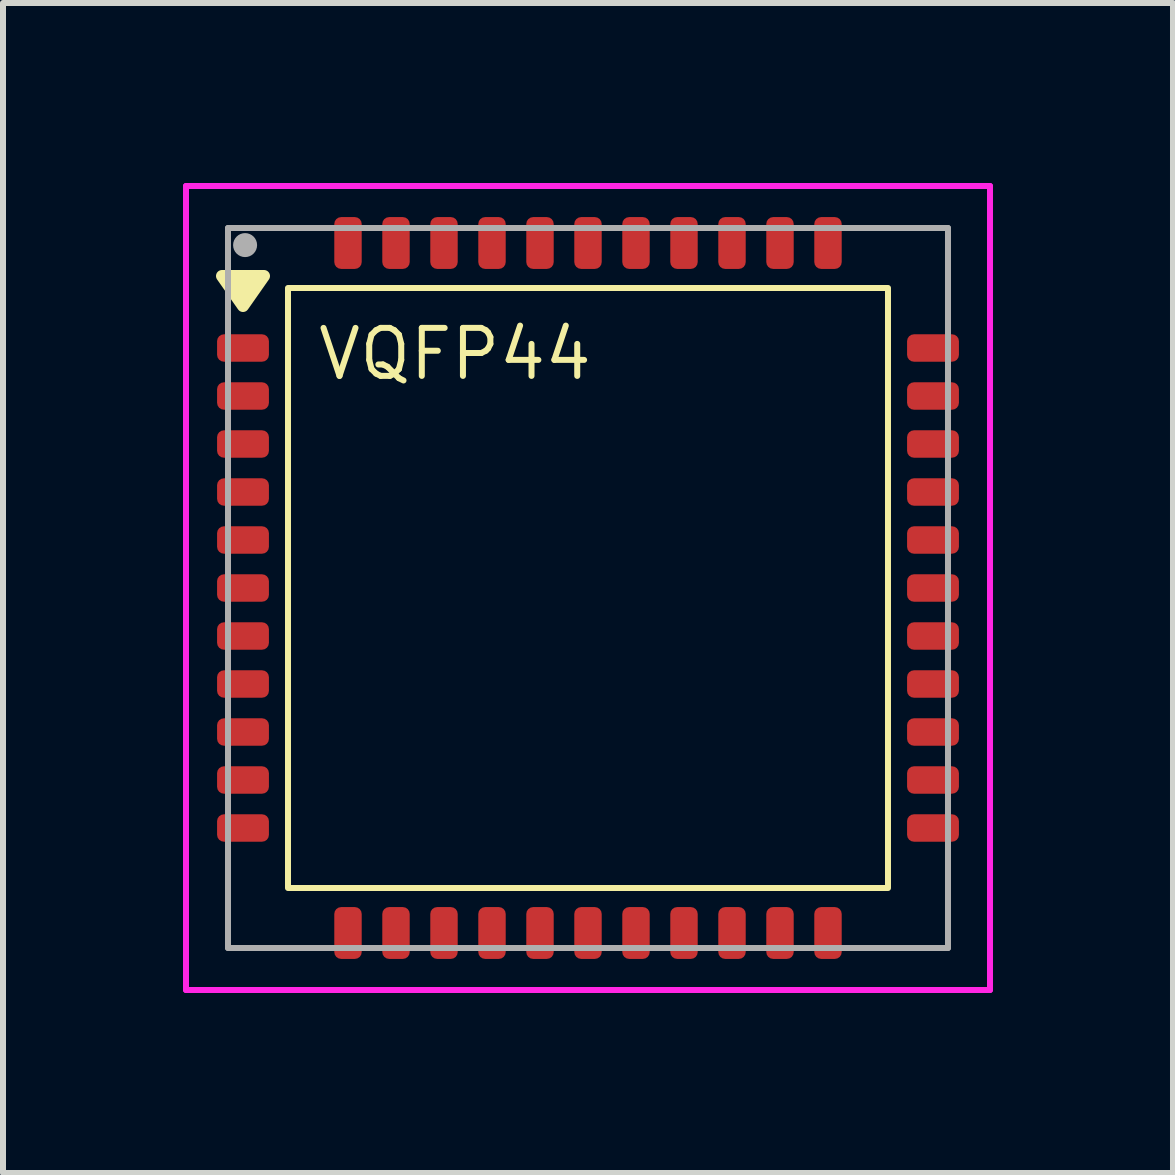
<source format=kicad_pcb>
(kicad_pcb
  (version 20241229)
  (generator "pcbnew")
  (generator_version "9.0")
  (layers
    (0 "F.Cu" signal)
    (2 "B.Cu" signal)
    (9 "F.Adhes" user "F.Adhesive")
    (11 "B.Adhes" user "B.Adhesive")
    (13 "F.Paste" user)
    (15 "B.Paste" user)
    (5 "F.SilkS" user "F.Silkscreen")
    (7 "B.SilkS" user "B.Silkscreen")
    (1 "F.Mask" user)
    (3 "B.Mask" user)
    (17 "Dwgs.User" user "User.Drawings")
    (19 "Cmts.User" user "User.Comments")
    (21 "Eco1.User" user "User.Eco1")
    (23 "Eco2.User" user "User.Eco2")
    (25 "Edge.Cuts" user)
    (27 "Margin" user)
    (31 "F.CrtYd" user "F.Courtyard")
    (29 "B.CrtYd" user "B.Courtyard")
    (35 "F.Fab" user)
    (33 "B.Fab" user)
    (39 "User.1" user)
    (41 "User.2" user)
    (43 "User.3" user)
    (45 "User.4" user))
  (footprint "VQFP44"
    (layer "F.Cu")
    (at 6.75 6.75)
    (property "Reference" "VQFP44" (at -4.55 -3.9 0) (unlocked yes) (layer "F.SilkS") (effects (font (size 0.8 0.8) (thickness 0.1)) (justify left)))
    (attr smd)
    (fp_rect (start -5 -5) (end 5 5) (stroke (width 0.1) (type default)) (fill no) (layer "F.SilkS"))
    (fp_poly (pts (xy -5.75 -4.7) (xy -6.1 -5.2) (xy -5.4 -5.2)) (stroke (width 0.2) (type solid)) (fill yes) (layer "F.SilkS"))
    (fp_line (start -6.7 -6.7) (end 6.7 -6.7) (stroke (width 0.1) (type solid)) (layer "F.CrtYd"))
    (fp_line (start -6.7 6.7) (end -6.7 -6.7) (stroke (width 0.1) (type solid)) (layer "F.CrtYd"))
    (fp_line (start 6.7 -6.7) (end 6.7 6.7) (stroke (width 0.1) (type solid)) (layer "F.CrtYd"))
    (fp_line (start 6.7 6.7) (end -6.7 6.7) (stroke (width 0.1) (type solid)) (layer "F.CrtYd"))
    (fp_line (start -6 -6) (end -6 6) (stroke (width 0.1) (type solid)) (layer "F.Fab"))
    (fp_line (start -6 6) (end 6 6) (stroke (width 0.1) (type solid)) (layer "F.Fab"))
    (fp_line (start 6 -6) (end -6 -6) (stroke (width 0.1) (type solid)) (layer "F.Fab"))
    (fp_line (start 6 6) (end 6 -6) (stroke (width 0.1) (type solid)) (layer "F.Fab"))
    (fp_circle (center -5.715 -5.715) (end -5.715 -5.815) (stroke (width 0.2) (type solid)) (fill no) (layer "F.Fab"))
    (pad "1" smd roundrect (at -5.75 -4 90) (size 0.457 0.864) (layers "F.Cu" "F.Mask" "F.Paste") (roundrect_rratio 0.25))
    (pad "2" smd roundrect (at -5.75 -3.2 90) (size 0.457 0.864) (layers "F.Cu" "F.Mask" "F.Paste") (roundrect_rratio 0.25))
    (pad "3" smd roundrect (at -5.75 -2.4 90) (size 0.457 0.864) (layers "F.Cu" "F.Mask" "F.Paste") (roundrect_rratio 0.25))
    (pad "4" smd roundrect (at -5.75 -1.6 90) (size 0.457 0.864) (layers "F.Cu" "F.Mask" "F.Paste") (roundrect_rratio 0.25))
    (pad "5" smd roundrect (at -5.75 -0.8 90) (size 0.457 0.864) (layers "F.Cu" "F.Mask" "F.Paste") (roundrect_rratio 0.25))
    (pad "6" smd roundrect (at -5.75 0 90) (size 0.457 0.864) (layers "F.Cu" "F.Mask" "F.Paste") (roundrect_rratio 0.25))
    (pad "7" smd roundrect (at -5.75 0.8 90) (size 0.457 0.864) (layers "F.Cu" "F.Mask" "F.Paste") (roundrect_rratio 0.25))
    (pad "8" smd roundrect (at -5.75 1.6 90) (size 0.457 0.864) (layers "F.Cu" "F.Mask" "F.Paste") (roundrect_rratio 0.25))
    (pad "9" smd roundrect (at -5.75 2.4 90) (size 0.457 0.864) (layers "F.Cu" "F.Mask" "F.Paste") (roundrect_rratio 0.25))
    (pad "10" smd roundrect (at -5.75 3.2 90) (size 0.457 0.864) (layers "F.Cu" "F.Mask" "F.Paste") (roundrect_rratio 0.25))
    (pad "11" smd roundrect (at -5.75 4 90) (size 0.457 0.864) (layers "F.Cu" "F.Mask" "F.Paste") (roundrect_rratio 0.25))
    (pad "12" smd roundrect (at -4 5.75) (size 0.457 0.864) (layers "F.Cu" "F.Mask" "F.Paste") (roundrect_rratio 0.25))
    (pad "13" smd roundrect (at -3.2 5.75) (size 0.457 0.864) (layers "F.Cu" "F.Mask" "F.Paste") (roundrect_rratio 0.25))
    (pad "14" smd roundrect (at -2.4 5.75) (size 0.457 0.864) (layers "F.Cu" "F.Mask" "F.Paste") (roundrect_rratio 0.25))
    (pad "15" smd roundrect (at -1.6 5.75) (size 0.457 0.864) (layers "F.Cu" "F.Mask" "F.Paste") (roundrect_rratio 0.25))
    (pad "16" smd roundrect (at -0.8 5.75) (size 0.457 0.864) (layers "F.Cu" "F.Mask" "F.Paste") (roundrect_rratio 0.25))
    (pad "17" smd roundrect (at 0 5.75) (size 0.457 0.864) (layers "F.Cu" "F.Mask" "F.Paste") (roundrect_rratio 0.25))
    (pad "18" smd roundrect (at 0.8 5.75) (size 0.457 0.864) (layers "F.Cu" "F.Mask" "F.Paste") (roundrect_rratio 0.25))
    (pad "19" smd roundrect (at 1.6 5.75) (size 0.457 0.864) (layers "F.Cu" "F.Mask" "F.Paste") (roundrect_rratio 0.25))
    (pad "20" smd roundrect (at 2.4 5.75) (size 0.457 0.864) (layers "F.Cu" "F.Mask" "F.Paste") (roundrect_rratio 0.25))
    (pad "21" smd roundrect (at 3.2 5.75) (size 0.457 0.864) (layers "F.Cu" "F.Mask" "F.Paste") (roundrect_rratio 0.25))
    (pad "22" smd roundrect (at 4 5.75) (size 0.457 0.864) (layers "F.Cu" "F.Mask" "F.Paste") (roundrect_rratio 0.25))
    (pad "23" smd roundrect (at 5.75 4 90) (size 0.457 0.864) (layers "F.Cu" "F.Mask" "F.Paste") (roundrect_rratio 0.25))
    (pad "24" smd roundrect (at 5.75 3.2 90) (size 0.457 0.864) (layers "F.Cu" "F.Mask" "F.Paste") (roundrect_rratio 0.25))
    (pad "25" smd roundrect (at 5.75 2.4 90) (size 0.457 0.864) (layers "F.Cu" "F.Mask" "F.Paste") (roundrect_rratio 0.25))
    (pad "26" smd roundrect (at 5.75 1.6 90) (size 0.457 0.864) (layers "F.Cu" "F.Mask" "F.Paste") (roundrect_rratio 0.25))
    (pad "27" smd roundrect (at 5.75 0.8 90) (size 0.457 0.864) (layers "F.Cu" "F.Mask" "F.Paste") (roundrect_rratio 0.25))
    (pad "28" smd roundrect (at 5.75 0 90) (size 0.457 0.864) (layers "F.Cu" "F.Mask" "F.Paste") (roundrect_rratio 0.25))
    (pad "29" smd roundrect (at 5.75 -0.8 90) (size 0.457 0.864) (layers "F.Cu" "F.Mask" "F.Paste") (roundrect_rratio 0.25))
    (pad "30" smd roundrect (at 5.75 -1.6 90) (size 0.457 0.864) (layers "F.Cu" "F.Mask" "F.Paste") (roundrect_rratio 0.25))
    (pad "31" smd roundrect (at 5.75 -2.4 90) (size 0.457 0.864) (layers "F.Cu" "F.Mask" "F.Paste") (roundrect_rratio 0.25))
    (pad "32" smd roundrect (at 5.75 -3.2 90) (size 0.457 0.864) (layers "F.Cu" "F.Mask" "F.Paste") (roundrect_rratio 0.25))
    (pad "33" smd roundrect (at 5.75 -4 90) (size 0.457 0.864) (layers "F.Cu" "F.Mask" "F.Paste") (roundrect_rratio 0.25))
    (pad "34" smd roundrect (at 4 -5.75) (size 0.457 0.864) (layers "F.Cu" "F.Mask" "F.Paste") (roundrect_rratio 0.25))
    (pad "35" smd roundrect (at 3.2 -5.75) (size 0.457 0.864) (layers "F.Cu" "F.Mask" "F.Paste") (roundrect_rratio 0.25))
    (pad "36" smd roundrect (at 2.4 -5.75) (size 0.457 0.864) (layers "F.Cu" "F.Mask" "F.Paste") (roundrect_rratio 0.25))
    (pad "37" smd roundrect (at 1.6 -5.75) (size 0.457 0.864) (layers "F.Cu" "F.Mask" "F.Paste") (roundrect_rratio 0.25))
    (pad "38" smd roundrect (at 0.8 -5.75) (size 0.457 0.864) (layers "F.Cu" "F.Mask" "F.Paste") (roundrect_rratio 0.25))
    (pad "39" smd roundrect (at 0 -5.75) (size 0.457 0.864) (layers "F.Cu" "F.Mask" "F.Paste") (roundrect_rratio 0.25))
    (pad "40" smd roundrect (at -0.8 -5.75) (size 0.457 0.864) (layers "F.Cu" "F.Mask" "F.Paste") (roundrect_rratio 0.25))
    (pad "41" smd roundrect (at -1.6 -5.75) (size 0.457 0.864) (layers "F.Cu" "F.Mask" "F.Paste") (roundrect_rratio 0.25))
    (pad "42" smd roundrect (at -2.4 -5.75) (size 0.457 0.864) (layers "F.Cu" "F.Mask" "F.Paste") (roundrect_rratio 0.25))
    (pad "43" smd roundrect (at -3.2 -5.75) (size 0.457 0.864) (layers "F.Cu" "F.Mask" "F.Paste") (roundrect_rratio 0.25))
    (pad "44" smd roundrect (at -4 -5.75) (size 0.457 0.864) (layers "F.Cu" "F.Mask" "F.Paste") (roundrect_rratio 0.25)))
  (gr_rect
    (start -3 -3)
    (end 16.5 16.5)
    (stroke (width 0.1) (type default))
    (fill no)
    (layer "Edge.Cuts")))
</source>
